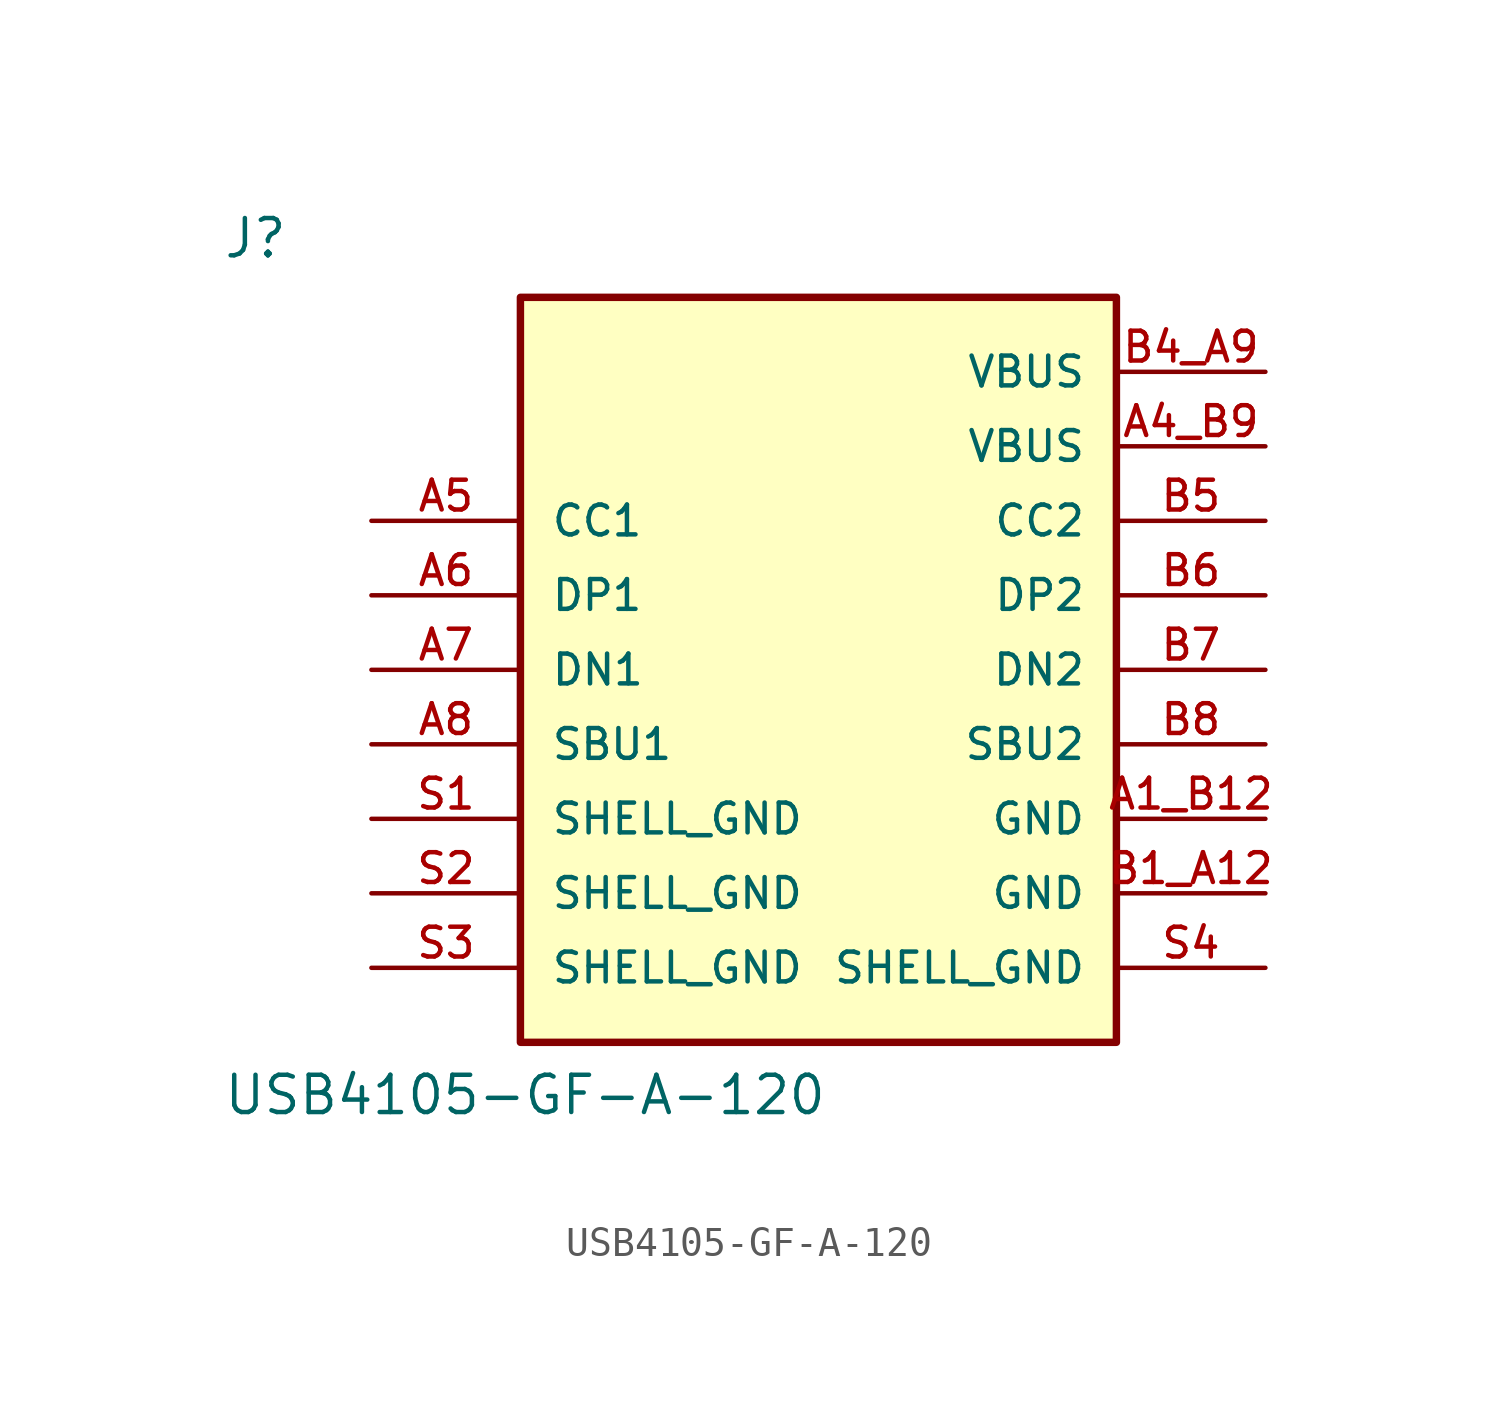
<source format=kicad_sym>
(kicad_symbol_lib
  (version 20220914)
  (generator kicad_symbol_editor)
  (symbol "USB4105-GF-A-120"
    (pin_names
      (offset 1.016))
    (property "Reference" "J"
      (at -15.24 13.97 0)
      (effects (font (size 1.27 1.27)) (justify left bottom)))
    (property "Value" "USB4105-GF-A-120"
      (at -15.24 -15.24 0)
      (effects (font (size 1.27 1.27)) (justify left bottom)))
    (symbol "USB4105-GF-A-120_0_0"
      (rectangle (start -5.08 12.7) (end 15.24 -12.7) (stroke (width 0.254) (type default)) (fill (type background)))
      (pin power_in line (at 20.32 -5.08 180) (length 5.08) (name "GND" (effects (font (size 1.016 1.016)))) (number "A1_B12" (effects (font (size 1.016 1.016)))))
      (pin power_in line (at 20.32 7.62 180) (length 5.08) (name "VBUS" (effects (font (size 1.016 1.016)))) (number "A4_B9" (effects (font (size 1.016 1.016)))))
      (pin bidirectional line (at -10.16 5.08 0) (length 5.08) (name "CC1" (effects (font (size 1.016 1.016)))) (number "A5" (effects (font (size 1.016 1.016)))))
      (pin bidirectional line (at -10.16 2.54 0) (length 5.08) (name "DP1" (effects (font (size 1.016 1.016)))) (number "A6" (effects (font (size 1.016 1.016)))))
      (pin bidirectional line (at -10.16 0 0) (length 5.08) (name "DN1" (effects (font (size 1.016 1.016)))) (number "A7" (effects (font (size 1.016 1.016)))))
      (pin bidirectional line (at -10.16 -2.54 0) (length 5.08) (name "SBU1" (effects (font (size 1.016 1.016)))) (number "A8" (effects (font (size 1.016 1.016)))))
      (pin power_in line (at 20.32 -7.62 180) (length 5.08) (name "GND" (effects (font (size 1.016 1.016)))) (number "B1_A12" (effects (font (size 1.016 1.016)))))
      (pin power_in line (at 20.32 10.16 180) (length 5.08) (name "VBUS" (effects (font (size 1.016 1.016)))) (number "B4_A9" (effects (font (size 1.016 1.016)))))
      (pin bidirectional line (at 20.32 5.08 180) (length 5.08) (name "CC2" (effects (font (size 1.016 1.016)))) (number "B5" (effects (font (size 1.016 1.016)))))
      (pin bidirectional line (at 20.32 2.54 180) (length 5.08) (name "DP2" (effects (font (size 1.016 1.016)))) (number "B6" (effects (font (size 1.016 1.016)))))
      (pin bidirectional line (at 20.32 0 180) (length 5.08) (name "DN2" (effects (font (size 1.016 1.016)))) (number "B7" (effects (font (size 1.016 1.016)))))
      (pin bidirectional line (at 20.32 -2.54 180) (length 5.08) (name "SBU2" (effects (font (size 1.016 1.016)))) (number "B8" (effects (font (size 1.016 1.016)))))
      (pin power_in line (at -10.16 -5.08 0) (length 5.08) (name "SHELL_GND" (effects (font (size 1.016 1.016)))) (number "S1" (effects (font (size 1.016 1.016)))))
      (pin power_in line (at -10.16 -7.62 0) (length 5.08) (name "SHELL_GND" (effects (font (size 1.016 1.016)))) (number "S2" (effects (font (size 1.016 1.016)))))
      (pin power_in line (at -10.16 -10.16 0) (length 5.08) (name "SHELL_GND" (effects (font (size 1.016 1.016)))) (number "S3" (effects (font (size 1.016 1.016)))))
      (pin power_in line (at 20.32 -10.16 180) (length 5.08) (name "SHELL_GND" (effects (font (size 1.016 1.016)))) (number "S4" (effects (font (size 1.016 1.016))))))))
</source>
